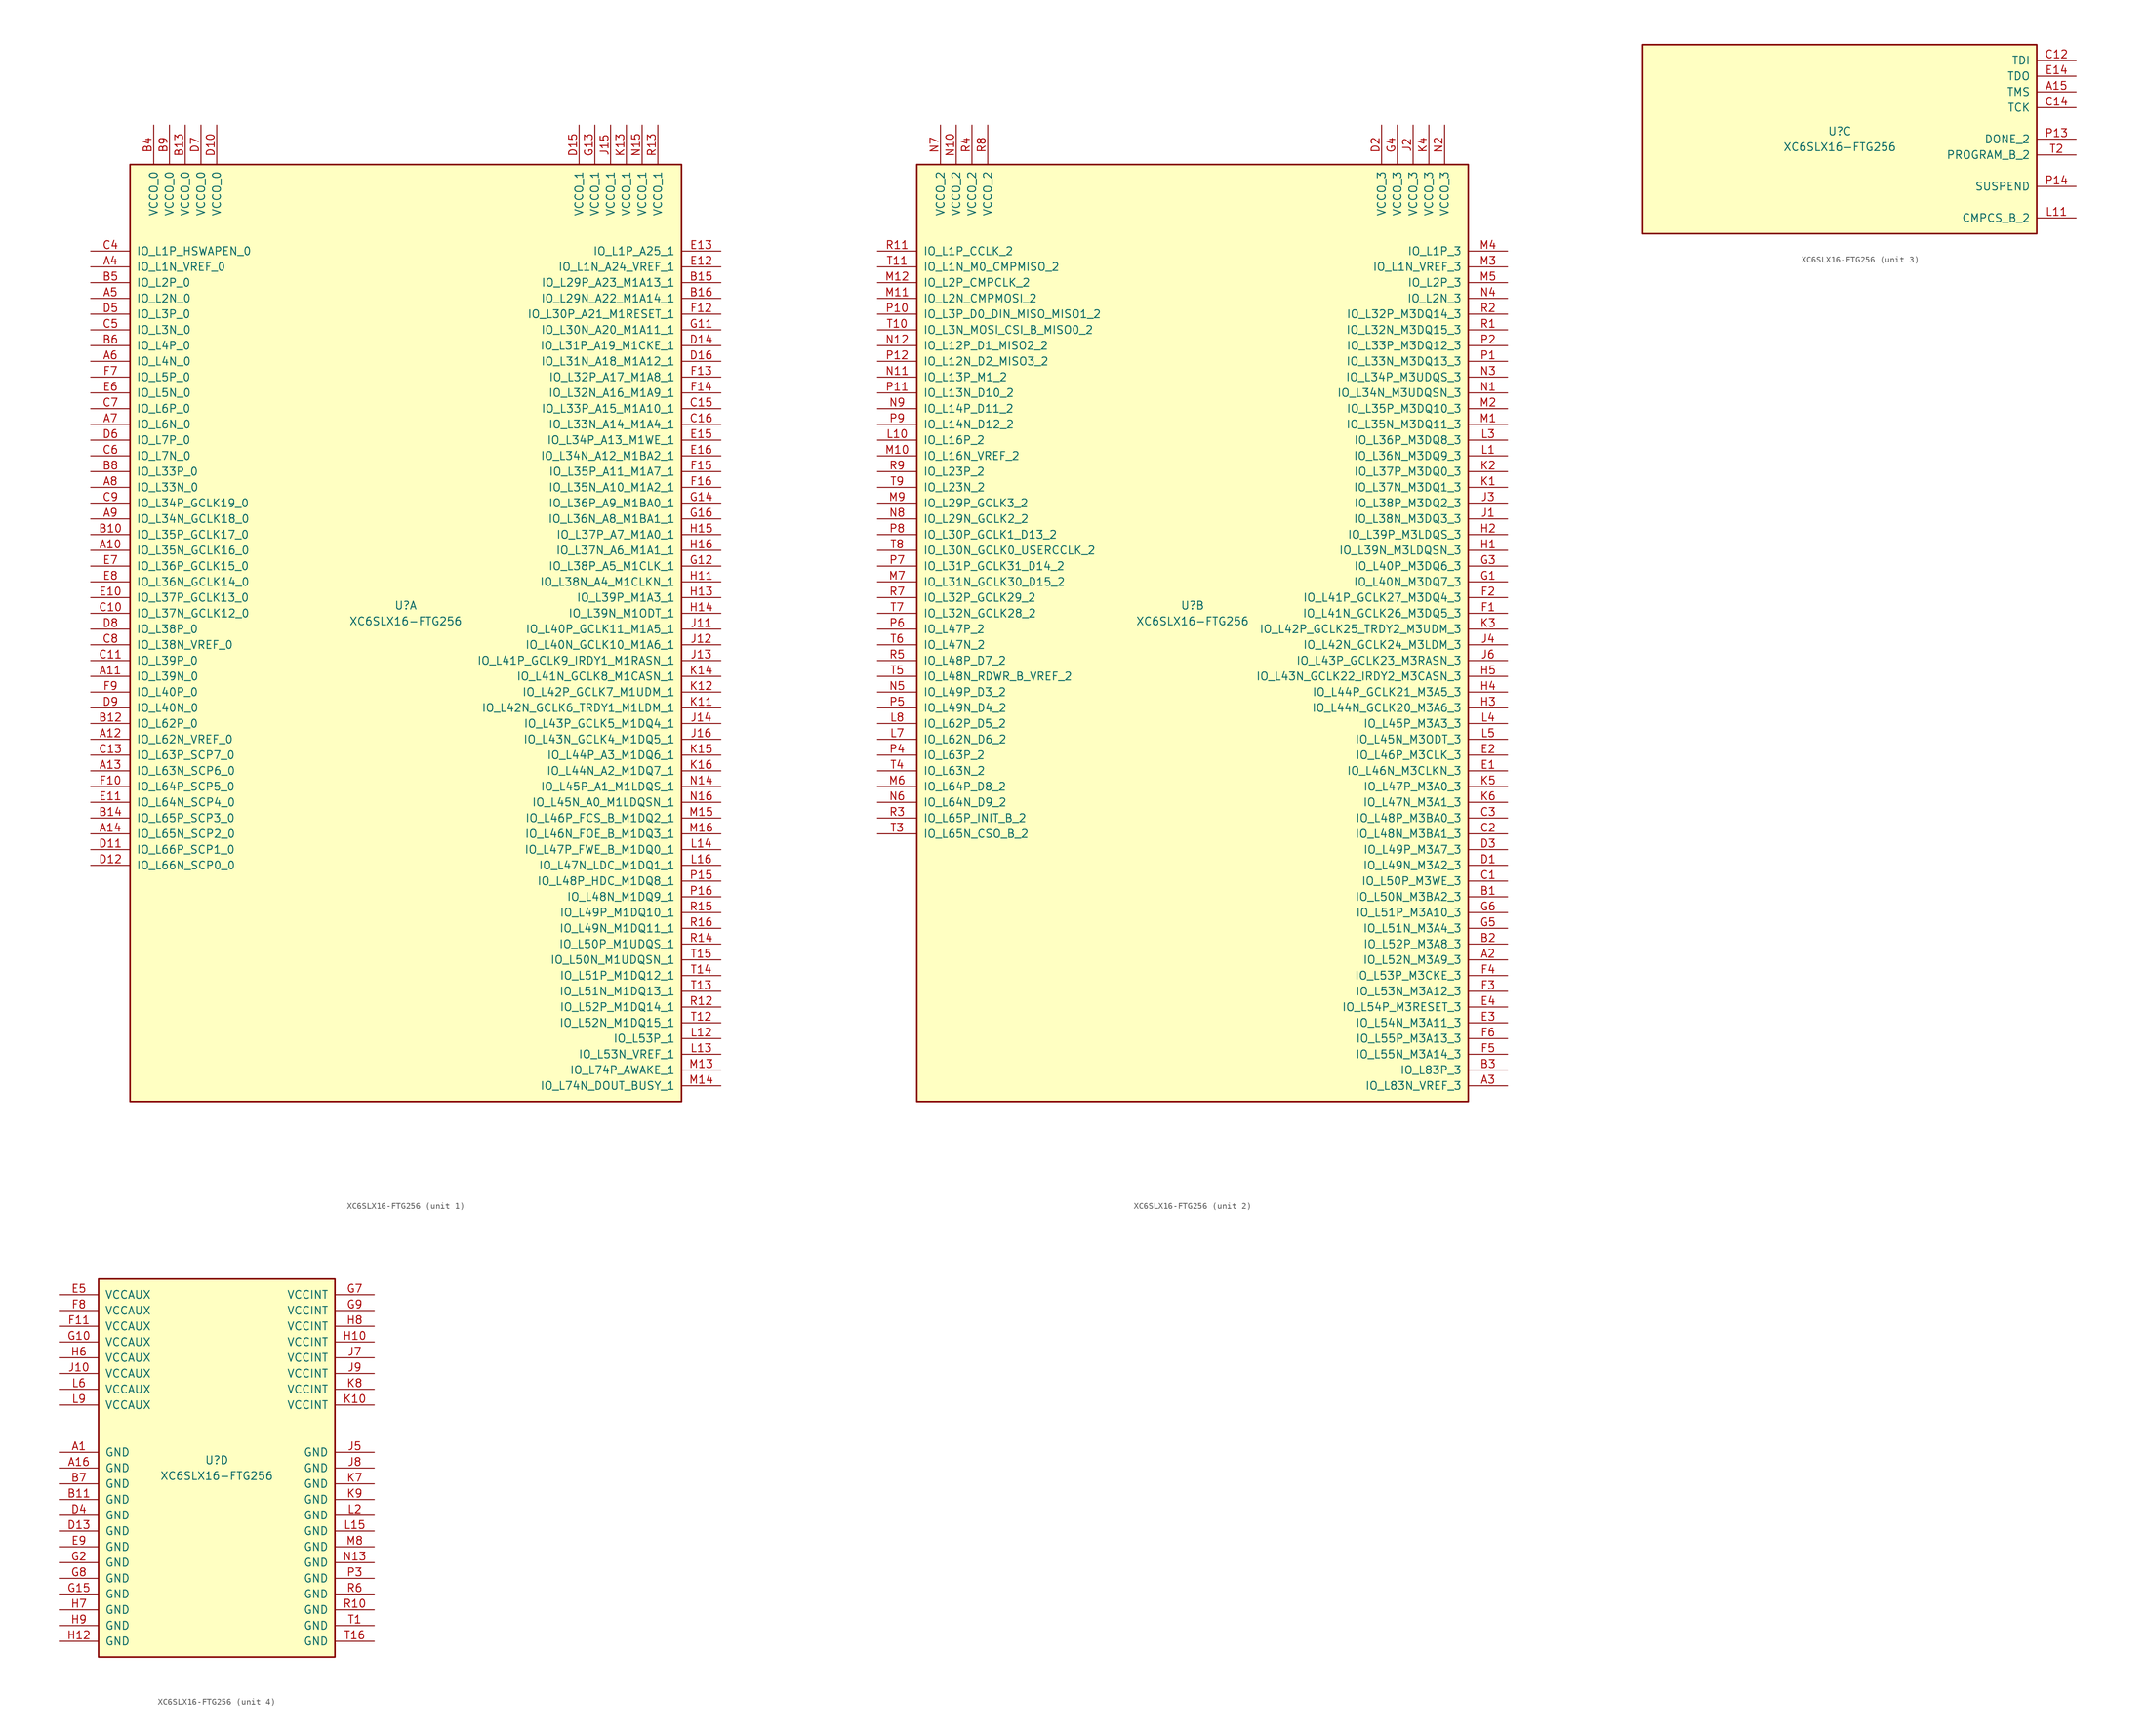
<source format=kicad_sym>
(kicad_symbol_lib
  (version 20201005)
  (generator kicad_symbol_editor)
  (symbol "FPGA_Xilinx_Spartan6:XC6SLX16-FTG256"
    (pin_names
      (offset 1.016))
    (property "Reference" "U"
      (at 0 1.27 0)
      (effects (font (size 1.27 1.27))))
    (property "Value" "XC6SLX16-FTG256"
      (at 0 -1.27 0)
      (effects (font (size 1.27 1.27))))
    (property "Datasheet" ""
      (at 0 0 0)
      (effects (font (size 1.27 1.27))))
    (property "ki_locked" ""
      (at 0 0 0)
      (effects (font (size 1.27 1.27))))
    (symbol "XC6SLX16-FTG256_1_1"
      (rectangle (start -44.45 72.39) (end 44.45 -78.74) (stroke (width 0.254)) (fill (type background)))
      (pin power_in line (at -40.64 78.74 270) (length 6.35) (name "VCCO_0" (effects (font (size 1.27 1.27)))) (number "B4" (effects (font (size 1.27 1.27)))))
      (pin power_in line (at -38.1 78.74 270) (length 6.35) (name "VCCO_0" (effects (font (size 1.27 1.27)))) (number "B9" (effects (font (size 1.27 1.27)))))
      (pin power_in line (at -35.56 78.74 270) (length 6.35) (name "VCCO_0" (effects (font (size 1.27 1.27)))) (number "B13" (effects (font (size 1.27 1.27)))))
      (pin power_in line (at -33.02 78.74 270) (length 6.35) (name "VCCO_0" (effects (font (size 1.27 1.27)))) (number "D7" (effects (font (size 1.27 1.27)))))
      (pin power_in line (at -30.48 78.74 270) (length 6.35) (name "VCCO_0" (effects (font (size 1.27 1.27)))) (number "D10" (effects (font (size 1.27 1.27)))))
      (pin bidirectional line (at -50.8 58.42 0) (length 6.35) (name "IO_L1P_HSWAPEN_0" (effects (font (size 1.27 1.27)))) (number "C4" (effects (font (size 1.27 1.27)))))
      (pin bidirectional line (at -50.8 55.88 0) (length 6.35) (name "IO_L1N_VREF_0" (effects (font (size 1.27 1.27)))) (number "A4" (effects (font (size 1.27 1.27)))))
      (pin bidirectional line (at -50.8 53.34 0) (length 6.35) (name "IO_L2P_0" (effects (font (size 1.27 1.27)))) (number "B5" (effects (font (size 1.27 1.27)))))
      (pin bidirectional line (at -50.8 50.8 0) (length 6.35) (name "IO_L2N_0" (effects (font (size 1.27 1.27)))) (number "A5" (effects (font (size 1.27 1.27)))))
      (pin bidirectional line (at -50.8 48.26 0) (length 6.35) (name "IO_L3P_0" (effects (font (size 1.27 1.27)))) (number "D5" (effects (font (size 1.27 1.27)))))
      (pin bidirectional line (at -50.8 45.72 0) (length 6.35) (name "IO_L3N_0" (effects (font (size 1.27 1.27)))) (number "C5" (effects (font (size 1.27 1.27)))))
      (pin bidirectional line (at -50.8 43.18 0) (length 6.35) (name "IO_L4P_0" (effects (font (size 1.27 1.27)))) (number "B6" (effects (font (size 1.27 1.27)))))
      (pin bidirectional line (at -50.8 40.64 0) (length 6.35) (name "IO_L4N_0" (effects (font (size 1.27 1.27)))) (number "A6" (effects (font (size 1.27 1.27)))))
      (pin bidirectional line (at -50.8 38.1 0) (length 6.35) (name "IO_L5P_0" (effects (font (size 1.27 1.27)))) (number "F7" (effects (font (size 1.27 1.27)))))
      (pin bidirectional line (at -50.8 35.56 0) (length 6.35) (name "IO_L5N_0" (effects (font (size 1.27 1.27)))) (number "E6" (effects (font (size 1.27 1.27)))))
      (pin bidirectional line (at -50.8 33.02 0) (length 6.35) (name "IO_L6P_0" (effects (font (size 1.27 1.27)))) (number "C7" (effects (font (size 1.27 1.27)))))
      (pin bidirectional line (at -50.8 30.48 0) (length 6.35) (name "IO_L6N_0" (effects (font (size 1.27 1.27)))) (number "A7" (effects (font (size 1.27 1.27)))))
      (pin bidirectional line (at -50.8 27.94 0) (length 6.35) (name "IO_L7P_0" (effects (font (size 1.27 1.27)))) (number "D6" (effects (font (size 1.27 1.27)))))
      (pin bidirectional line (at -50.8 25.4 0) (length 6.35) (name "IO_L7N_0" (effects (font (size 1.27 1.27)))) (number "C6" (effects (font (size 1.27 1.27)))))
      (pin bidirectional line (at -50.8 22.86 0) (length 6.35) (name "IO_L33P_0" (effects (font (size 1.27 1.27)))) (number "B8" (effects (font (size 1.27 1.27)))))
      (pin bidirectional line (at -50.8 20.32 0) (length 6.35) (name "IO_L33N_0" (effects (font (size 1.27 1.27)))) (number "A8" (effects (font (size 1.27 1.27)))))
      (pin bidirectional line (at -50.8 17.78 0) (length 6.35) (name "IO_L34P_GCLK19_0" (effects (font (size 1.27 1.27)))) (number "C9" (effects (font (size 1.27 1.27)))))
      (pin bidirectional line (at -50.8 15.24 0) (length 6.35) (name "IO_L34N_GCLK18_0" (effects (font (size 1.27 1.27)))) (number "A9" (effects (font (size 1.27 1.27)))))
      (pin bidirectional line (at -50.8 12.7 0) (length 6.35) (name "IO_L35P_GCLK17_0" (effects (font (size 1.27 1.27)))) (number "B10" (effects (font (size 1.27 1.27)))))
      (pin bidirectional line (at -50.8 10.16 0) (length 6.35) (name "IO_L35N_GCLK16_0" (effects (font (size 1.27 1.27)))) (number "A10" (effects (font (size 1.27 1.27)))))
      (pin bidirectional line (at -50.8 7.62 0) (length 6.35) (name "IO_L36P_GCLK15_0" (effects (font (size 1.27 1.27)))) (number "E7" (effects (font (size 1.27 1.27)))))
      (pin bidirectional line (at -50.8 5.08 0) (length 6.35) (name "IO_L36N_GCLK14_0" (effects (font (size 1.27 1.27)))) (number "E8" (effects (font (size 1.27 1.27)))))
      (pin bidirectional line (at -50.8 2.54 0) (length 6.35) (name "IO_L37P_GCLK13_0" (effects (font (size 1.27 1.27)))) (number "E10" (effects (font (size 1.27 1.27)))))
      (pin bidirectional line (at -50.8 0 0) (length 6.35) (name "IO_L37N_GCLK12_0" (effects (font (size 1.27 1.27)))) (number "C10" (effects (font (size 1.27 1.27)))))
      (pin bidirectional line (at -50.8 -2.54 0) (length 6.35) (name "IO_L38P_0" (effects (font (size 1.27 1.27)))) (number "D8" (effects (font (size 1.27 1.27)))))
      (pin bidirectional line (at -50.8 -5.08 0) (length 6.35) (name "IO_L38N_VREF_0" (effects (font (size 1.27 1.27)))) (number "C8" (effects (font (size 1.27 1.27)))))
      (pin bidirectional line (at -50.8 -7.62 0) (length 6.35) (name "IO_L39P_0" (effects (font (size 1.27 1.27)))) (number "C11" (effects (font (size 1.27 1.27)))))
      (pin bidirectional line (at -50.8 -10.16 0) (length 6.35) (name "IO_L39N_0" (effects (font (size 1.27 1.27)))) (number "A11" (effects (font (size 1.27 1.27)))))
      (pin bidirectional line (at -50.8 -12.7 0) (length 6.35) (name "IO_L40P_0" (effects (font (size 1.27 1.27)))) (number "F9" (effects (font (size 1.27 1.27)))))
      (pin bidirectional line (at -50.8 -15.24 0) (length 6.35) (name "IO_L40N_0" (effects (font (size 1.27 1.27)))) (number "D9" (effects (font (size 1.27 1.27)))))
      (pin bidirectional line (at -50.8 -17.78 0) (length 6.35) (name "IO_L62P_0" (effects (font (size 1.27 1.27)))) (number "B12" (effects (font (size 1.27 1.27)))))
      (pin bidirectional line (at -50.8 -20.32 0) (length 6.35) (name "IO_L62N_VREF_0" (effects (font (size 1.27 1.27)))) (number "A12" (effects (font (size 1.27 1.27)))))
      (pin bidirectional line (at -50.8 -22.86 0) (length 6.35) (name "IO_L63P_SCP7_0" (effects (font (size 1.27 1.27)))) (number "C13" (effects (font (size 1.27 1.27)))))
      (pin bidirectional line (at -50.8 -25.4 0) (length 6.35) (name "IO_L63N_SCP6_0" (effects (font (size 1.27 1.27)))) (number "A13" (effects (font (size 1.27 1.27)))))
      (pin bidirectional line (at -50.8 -27.94 0) (length 6.35) (name "IO_L64P_SCP5_0" (effects (font (size 1.27 1.27)))) (number "F10" (effects (font (size 1.27 1.27)))))
      (pin bidirectional line (at -50.8 -30.48 0) (length 6.35) (name "IO_L64N_SCP4_0" (effects (font (size 1.27 1.27)))) (number "E11" (effects (font (size 1.27 1.27)))))
      (pin bidirectional line (at -50.8 -33.02 0) (length 6.35) (name "IO_L65P_SCP3_0" (effects (font (size 1.27 1.27)))) (number "B14" (effects (font (size 1.27 1.27)))))
      (pin bidirectional line (at -50.8 -35.56 0) (length 6.35) (name "IO_L65N_SCP2_0" (effects (font (size 1.27 1.27)))) (number "A14" (effects (font (size 1.27 1.27)))))
      (pin bidirectional line (at -50.8 -38.1 0) (length 6.35) (name "IO_L66P_SCP1_0" (effects (font (size 1.27 1.27)))) (number "D11" (effects (font (size 1.27 1.27)))))
      (pin bidirectional line (at -50.8 -40.64 0) (length 6.35) (name "IO_L66N_SCP0_0" (effects (font (size 1.27 1.27)))) (number "D12" (effects (font (size 1.27 1.27)))))
      (pin power_in line (at 27.94 78.74 270) (length 6.35) (name "VCCO_1" (effects (font (size 1.27 1.27)))) (number "D15" (effects (font (size 1.27 1.27)))))
      (pin power_in line (at 30.48 78.74 270) (length 6.35) (name "VCCO_1" (effects (font (size 1.27 1.27)))) (number "G13" (effects (font (size 1.27 1.27)))))
      (pin power_in line (at 33.02 78.74 270) (length 6.35) (name "VCCO_1" (effects (font (size 1.27 1.27)))) (number "J15" (effects (font (size 1.27 1.27)))))
      (pin power_in line (at 35.56 78.74 270) (length 6.35) (name "VCCO_1" (effects (font (size 1.27 1.27)))) (number "K13" (effects (font (size 1.27 1.27)))))
      (pin power_in line (at 38.1 78.74 270) (length 6.35) (name "VCCO_1" (effects (font (size 1.27 1.27)))) (number "N15" (effects (font (size 1.27 1.27)))))
      (pin power_in line (at 40.64 78.74 270) (length 6.35) (name "VCCO_1" (effects (font (size 1.27 1.27)))) (number "R13" (effects (font (size 1.27 1.27)))))
      (pin bidirectional line (at 50.8 58.42 180) (length 6.35) (name "IO_L1P_A25_1" (effects (font (size 1.27 1.27)))) (number "E13" (effects (font (size 1.27 1.27)))))
      (pin bidirectional line (at 50.8 55.88 180) (length 6.35) (name "IO_L1N_A24_VREF_1" (effects (font (size 1.27 1.27)))) (number "E12" (effects (font (size 1.27 1.27)))))
      (pin bidirectional line (at 50.8 53.34 180) (length 6.35) (name "IO_L29P_A23_M1A13_1" (effects (font (size 1.27 1.27)))) (number "B15" (effects (font (size 1.27 1.27)))))
      (pin bidirectional line (at 50.8 50.8 180) (length 6.35) (name "IO_L29N_A22_M1A14_1" (effects (font (size 1.27 1.27)))) (number "B16" (effects (font (size 1.27 1.27)))))
      (pin bidirectional line (at 50.8 48.26 180) (length 6.35) (name "IO_L30P_A21_M1RESET_1" (effects (font (size 1.27 1.27)))) (number "F12" (effects (font (size 1.27 1.27)))))
      (pin bidirectional line (at 50.8 45.72 180) (length 6.35) (name "IO_L30N_A20_M1A11_1" (effects (font (size 1.27 1.27)))) (number "G11" (effects (font (size 1.27 1.27)))))
      (pin bidirectional line (at 50.8 43.18 180) (length 6.35) (name "IO_L31P_A19_M1CKE_1" (effects (font (size 1.27 1.27)))) (number "D14" (effects (font (size 1.27 1.27)))))
      (pin bidirectional line (at 50.8 40.64 180) (length 6.35) (name "IO_L31N_A18_M1A12_1" (effects (font (size 1.27 1.27)))) (number "D16" (effects (font (size 1.27 1.27)))))
      (pin bidirectional line (at 50.8 38.1 180) (length 6.35) (name "IO_L32P_A17_M1A8_1" (effects (font (size 1.27 1.27)))) (number "F13" (effects (font (size 1.27 1.27)))))
      (pin bidirectional line (at 50.8 35.56 180) (length 6.35) (name "IO_L32N_A16_M1A9_1" (effects (font (size 1.27 1.27)))) (number "F14" (effects (font (size 1.27 1.27)))))
      (pin bidirectional line (at 50.8 33.02 180) (length 6.35) (name "IO_L33P_A15_M1A10_1" (effects (font (size 1.27 1.27)))) (number "C15" (effects (font (size 1.27 1.27)))))
      (pin bidirectional line (at 50.8 30.48 180) (length 6.35) (name "IO_L33N_A14_M1A4_1" (effects (font (size 1.27 1.27)))) (number "C16" (effects (font (size 1.27 1.27)))))
      (pin bidirectional line (at 50.8 27.94 180) (length 6.35) (name "IO_L34P_A13_M1WE_1" (effects (font (size 1.27 1.27)))) (number "E15" (effects (font (size 1.27 1.27)))))
      (pin bidirectional line (at 50.8 25.4 180) (length 6.35) (name "IO_L34N_A12_M1BA2_1" (effects (font (size 1.27 1.27)))) (number "E16" (effects (font (size 1.27 1.27)))))
      (pin bidirectional line (at 50.8 22.86 180) (length 6.35) (name "IO_L35P_A11_M1A7_1" (effects (font (size 1.27 1.27)))) (number "F15" (effects (font (size 1.27 1.27)))))
      (pin bidirectional line (at 50.8 20.32 180) (length 6.35) (name "IO_L35N_A10_M1A2_1" (effects (font (size 1.27 1.27)))) (number "F16" (effects (font (size 1.27 1.27)))))
      (pin bidirectional line (at 50.8 17.78 180) (length 6.35) (name "IO_L36P_A9_M1BA0_1" (effects (font (size 1.27 1.27)))) (number "G14" (effects (font (size 1.27 1.27)))))
      (pin bidirectional line (at 50.8 15.24 180) (length 6.35) (name "IO_L36N_A8_M1BA1_1" (effects (font (size 1.27 1.27)))) (number "G16" (effects (font (size 1.27 1.27)))))
      (pin bidirectional line (at 50.8 12.7 180) (length 6.35) (name "IO_L37P_A7_M1A0_1" (effects (font (size 1.27 1.27)))) (number "H15" (effects (font (size 1.27 1.27)))))
      (pin bidirectional line (at 50.8 10.16 180) (length 6.35) (name "IO_L37N_A6_M1A1_1" (effects (font (size 1.27 1.27)))) (number "H16" (effects (font (size 1.27 1.27)))))
      (pin bidirectional line (at 50.8 7.62 180) (length 6.35) (name "IO_L38P_A5_M1CLK_1" (effects (font (size 1.27 1.27)))) (number "G12" (effects (font (size 1.27 1.27)))))
      (pin bidirectional line (at 50.8 5.08 180) (length 6.35) (name "IO_L38N_A4_M1CLKN_1" (effects (font (size 1.27 1.27)))) (number "H11" (effects (font (size 1.27 1.27)))))
      (pin bidirectional line (at 50.8 2.54 180) (length 6.35) (name "IO_L39P_M1A3_1" (effects (font (size 1.27 1.27)))) (number "H13" (effects (font (size 1.27 1.27)))))
      (pin bidirectional line (at 50.8 0 180) (length 6.35) (name "IO_L39N_M1ODT_1" (effects (font (size 1.27 1.27)))) (number "H14" (effects (font (size 1.27 1.27)))))
      (pin bidirectional line (at 50.8 -2.54 180) (length 6.35) (name "IO_L40P_GCLK11_M1A5_1" (effects (font (size 1.27 1.27)))) (number "J11" (effects (font (size 1.27 1.27)))))
      (pin bidirectional line (at 50.8 -5.08 180) (length 6.35) (name "IO_L40N_GCLK10_M1A6_1" (effects (font (size 1.27 1.27)))) (number "J12" (effects (font (size 1.27 1.27)))))
      (pin bidirectional line (at 50.8 -7.62 180) (length 6.35) (name "IO_L41P_GCLK9_IRDY1_M1RASN_1" (effects (font (size 1.27 1.27)))) (number "J13" (effects (font (size 1.27 1.27)))))
      (pin bidirectional line (at 50.8 -10.16 180) (length 6.35) (name "IO_L41N_GCLK8_M1CASN_1" (effects (font (size 1.27 1.27)))) (number "K14" (effects (font (size 1.27 1.27)))))
      (pin bidirectional line (at 50.8 -12.7 180) (length 6.35) (name "IO_L42P_GCLK7_M1UDM_1" (effects (font (size 1.27 1.27)))) (number "K12" (effects (font (size 1.27 1.27)))))
      (pin bidirectional line (at 50.8 -15.24 180) (length 6.35) (name "IO_L42N_GCLK6_TRDY1_M1LDM_1" (effects (font (size 1.27 1.27)))) (number "K11" (effects (font (size 1.27 1.27)))))
      (pin bidirectional line (at 50.8 -17.78 180) (length 6.35) (name "IO_L43P_GCLK5_M1DQ4_1" (effects (font (size 1.27 1.27)))) (number "J14" (effects (font (size 1.27 1.27)))))
      (pin bidirectional line (at 50.8 -20.32 180) (length 6.35) (name "IO_L43N_GCLK4_M1DQ5_1" (effects (font (size 1.27 1.27)))) (number "J16" (effects (font (size 1.27 1.27)))))
      (pin bidirectional line (at 50.8 -22.86 180) (length 6.35) (name "IO_L44P_A3_M1DQ6_1" (effects (font (size 1.27 1.27)))) (number "K15" (effects (font (size 1.27 1.27)))))
      (pin bidirectional line (at 50.8 -25.4 180) (length 6.35) (name "IO_L44N_A2_M1DQ7_1" (effects (font (size 1.27 1.27)))) (number "K16" (effects (font (size 1.27 1.27)))))
      (pin bidirectional line (at 50.8 -27.94 180) (length 6.35) (name "IO_L45P_A1_M1LDQS_1" (effects (font (size 1.27 1.27)))) (number "N14" (effects (font (size 1.27 1.27)))))
      (pin bidirectional line (at 50.8 -30.48 180) (length 6.35) (name "IO_L45N_A0_M1LDQSN_1" (effects (font (size 1.27 1.27)))) (number "N16" (effects (font (size 1.27 1.27)))))
      (pin bidirectional line (at 50.8 -33.02 180) (length 6.35) (name "IO_L46P_FCS_B_M1DQ2_1" (effects (font (size 1.27 1.27)))) (number "M15" (effects (font (size 1.27 1.27)))))
      (pin bidirectional line (at 50.8 -35.56 180) (length 6.35) (name "IO_L46N_FOE_B_M1DQ3_1" (effects (font (size 1.27 1.27)))) (number "M16" (effects (font (size 1.27 1.27)))))
      (pin bidirectional line (at 50.8 -38.1 180) (length 6.35) (name "IO_L47P_FWE_B_M1DQ0_1" (effects (font (size 1.27 1.27)))) (number "L14" (effects (font (size 1.27 1.27)))))
      (pin bidirectional line (at 50.8 -40.64 180) (length 6.35) (name "IO_L47N_LDC_M1DQ1_1" (effects (font (size 1.27 1.27)))) (number "L16" (effects (font (size 1.27 1.27)))))
      (pin bidirectional line (at 50.8 -43.18 180) (length 6.35) (name "IO_L48P_HDC_M1DQ8_1" (effects (font (size 1.27 1.27)))) (number "P15" (effects (font (size 1.27 1.27)))))
      (pin bidirectional line (at 50.8 -45.72 180) (length 6.35) (name "IO_L48N_M1DQ9_1" (effects (font (size 1.27 1.27)))) (number "P16" (effects (font (size 1.27 1.27)))))
      (pin bidirectional line (at 50.8 -48.26 180) (length 6.35) (name "IO_L49P_M1DQ10_1" (effects (font (size 1.27 1.27)))) (number "R15" (effects (font (size 1.27 1.27)))))
      (pin bidirectional line (at 50.8 -50.8 180) (length 6.35) (name "IO_L49N_M1DQ11_1" (effects (font (size 1.27 1.27)))) (number "R16" (effects (font (size 1.27 1.27)))))
      (pin bidirectional line (at 50.8 -53.34 180) (length 6.35) (name "IO_L50P_M1UDQS_1" (effects (font (size 1.27 1.27)))) (number "R14" (effects (font (size 1.27 1.27)))))
      (pin bidirectional line (at 50.8 -55.88 180) (length 6.35) (name "IO_L50N_M1UDQSN_1" (effects (font (size 1.27 1.27)))) (number "T15" (effects (font (size 1.27 1.27)))))
      (pin bidirectional line (at 50.8 -58.42 180) (length 6.35) (name "IO_L51P_M1DQ12_1" (effects (font (size 1.27 1.27)))) (number "T14" (effects (font (size 1.27 1.27)))))
      (pin bidirectional line (at 50.8 -60.96 180) (length 6.35) (name "IO_L51N_M1DQ13_1" (effects (font (size 1.27 1.27)))) (number "T13" (effects (font (size 1.27 1.27)))))
      (pin bidirectional line (at 50.8 -63.5 180) (length 6.35) (name "IO_L52P_M1DQ14_1" (effects (font (size 1.27 1.27)))) (number "R12" (effects (font (size 1.27 1.27)))))
      (pin bidirectional line (at 50.8 -66.04 180) (length 6.35) (name "IO_L52N_M1DQ15_1" (effects (font (size 1.27 1.27)))) (number "T12" (effects (font (size 1.27 1.27)))))
      (pin bidirectional line (at 50.8 -68.58 180) (length 6.35) (name "IO_L53P_1" (effects (font (size 1.27 1.27)))) (number "L12" (effects (font (size 1.27 1.27)))))
      (pin bidirectional line (at 50.8 -71.12 180) (length 6.35) (name "IO_L53N_VREF_1" (effects (font (size 1.27 1.27)))) (number "L13" (effects (font (size 1.27 1.27)))))
      (pin bidirectional line (at 50.8 -73.66 180) (length 6.35) (name "IO_L74P_AWAKE_1" (effects (font (size 1.27 1.27)))) (number "M13" (effects (font (size 1.27 1.27)))))
      (pin bidirectional line (at 50.8 -76.2 180) (length 6.35) (name "IO_L74N_DOUT_BUSY_1" (effects (font (size 1.27 1.27)))) (number "M14" (effects (font (size 1.27 1.27))))))
    (symbol "XC6SLX16-FTG256_2_1"
      (rectangle (start -44.45 72.39) (end 44.45 -78.74) (stroke (width 0.254)) (fill (type background)))
      (pin power_in line (at -40.64 78.74 270) (length 6.35) (name "VCCO_2" (effects (font (size 1.27 1.27)))) (number "N7" (effects (font (size 1.27 1.27)))))
      (pin power_in line (at -38.1 78.74 270) (length 6.35) (name "VCCO_2" (effects (font (size 1.27 1.27)))) (number "N10" (effects (font (size 1.27 1.27)))))
      (pin power_in line (at -35.56 78.74 270) (length 6.35) (name "VCCO_2" (effects (font (size 1.27 1.27)))) (number "R4" (effects (font (size 1.27 1.27)))))
      (pin power_in line (at -33.02 78.74 270) (length 6.35) (name "VCCO_2" (effects (font (size 1.27 1.27)))) (number "R8" (effects (font (size 1.27 1.27)))))
      (pin bidirectional line (at -50.8 58.42 0) (length 6.35) (name "IO_L1P_CCLK_2" (effects (font (size 1.27 1.27)))) (number "R11" (effects (font (size 1.27 1.27)))))
      (pin bidirectional line (at -50.8 55.88 0) (length 6.35) (name "IO_L1N_M0_CMPMISO_2" (effects (font (size 1.27 1.27)))) (number "T11" (effects (font (size 1.27 1.27)))))
      (pin bidirectional line (at -50.8 53.34 0) (length 6.35) (name "IO_L2P_CMPCLK_2" (effects (font (size 1.27 1.27)))) (number "M12" (effects (font (size 1.27 1.27)))))
      (pin bidirectional line (at -50.8 50.8 0) (length 6.35) (name "IO_L2N_CMPMOSI_2" (effects (font (size 1.27 1.27)))) (number "M11" (effects (font (size 1.27 1.27)))))
      (pin bidirectional line (at -50.8 48.26 0) (length 6.35) (name "IO_L3P_D0_DIN_MISO_MISO1_2" (effects (font (size 1.27 1.27)))) (number "P10" (effects (font (size 1.27 1.27)))))
      (pin bidirectional line (at -50.8 45.72 0) (length 6.35) (name "IO_L3N_MOSI_CSI_B_MISO0_2" (effects (font (size 1.27 1.27)))) (number "T10" (effects (font (size 1.27 1.27)))))
      (pin bidirectional line (at -50.8 43.18 0) (length 6.35) (name "IO_L12P_D1_MISO2_2" (effects (font (size 1.27 1.27)))) (number "N12" (effects (font (size 1.27 1.27)))))
      (pin bidirectional line (at -50.8 40.64 0) (length 6.35) (name "IO_L12N_D2_MISO3_2" (effects (font (size 1.27 1.27)))) (number "P12" (effects (font (size 1.27 1.27)))))
      (pin bidirectional line (at -50.8 38.1 0) (length 6.35) (name "IO_L13P_M1_2" (effects (font (size 1.27 1.27)))) (number "N11" (effects (font (size 1.27 1.27)))))
      (pin bidirectional line (at -50.8 35.56 0) (length 6.35) (name "IO_L13N_D10_2" (effects (font (size 1.27 1.27)))) (number "P11" (effects (font (size 1.27 1.27)))))
      (pin bidirectional line (at -50.8 33.02 0) (length 6.35) (name "IO_L14P_D11_2" (effects (font (size 1.27 1.27)))) (number "N9" (effects (font (size 1.27 1.27)))))
      (pin bidirectional line (at -50.8 30.48 0) (length 6.35) (name "IO_L14N_D12_2" (effects (font (size 1.27 1.27)))) (number "P9" (effects (font (size 1.27 1.27)))))
      (pin bidirectional line (at -50.8 27.94 0) (length 6.35) (name "IO_L16P_2" (effects (font (size 1.27 1.27)))) (number "L10" (effects (font (size 1.27 1.27)))))
      (pin bidirectional line (at -50.8 25.4 0) (length 6.35) (name "IO_L16N_VREF_2" (effects (font (size 1.27 1.27)))) (number "M10" (effects (font (size 1.27 1.27)))))
      (pin bidirectional line (at -50.8 22.86 0) (length 6.35) (name "IO_L23P_2" (effects (font (size 1.27 1.27)))) (number "R9" (effects (font (size 1.27 1.27)))))
      (pin bidirectional line (at -50.8 20.32 0) (length 6.35) (name "IO_L23N_2" (effects (font (size 1.27 1.27)))) (number "T9" (effects (font (size 1.27 1.27)))))
      (pin bidirectional line (at -50.8 17.78 0) (length 6.35) (name "IO_L29P_GCLK3_2" (effects (font (size 1.27 1.27)))) (number "M9" (effects (font (size 1.27 1.27)))))
      (pin bidirectional line (at -50.8 15.24 0) (length 6.35) (name "IO_L29N_GCLK2_2" (effects (font (size 1.27 1.27)))) (number "N8" (effects (font (size 1.27 1.27)))))
      (pin bidirectional line (at -50.8 12.7 0) (length 6.35) (name "IO_L30P_GCLK1_D13_2" (effects (font (size 1.27 1.27)))) (number "P8" (effects (font (size 1.27 1.27)))))
      (pin bidirectional line (at -50.8 10.16 0) (length 6.35) (name "IO_L30N_GCLK0_USERCCLK_2" (effects (font (size 1.27 1.27)))) (number "T8" (effects (font (size 1.27 1.27)))))
      (pin bidirectional line (at -50.8 7.62 0) (length 6.35) (name "IO_L31P_GCLK31_D14_2" (effects (font (size 1.27 1.27)))) (number "P7" (effects (font (size 1.27 1.27)))))
      (pin bidirectional line (at -50.8 5.08 0) (length 6.35) (name "IO_L31N_GCLK30_D15_2" (effects (font (size 1.27 1.27)))) (number "M7" (effects (font (size 1.27 1.27)))))
      (pin bidirectional line (at -50.8 2.54 0) (length 6.35) (name "IO_L32P_GCLK29_2" (effects (font (size 1.27 1.27)))) (number "R7" (effects (font (size 1.27 1.27)))))
      (pin bidirectional line (at -50.8 0 0) (length 6.35) (name "IO_L32N_GCLK28_2" (effects (font (size 1.27 1.27)))) (number "T7" (effects (font (size 1.27 1.27)))))
      (pin bidirectional line (at -50.8 -2.54 0) (length 6.35) (name "IO_L47P_2" (effects (font (size 1.27 1.27)))) (number "P6" (effects (font (size 1.27 1.27)))))
      (pin bidirectional line (at -50.8 -5.08 0) (length 6.35) (name "IO_L47N_2" (effects (font (size 1.27 1.27)))) (number "T6" (effects (font (size 1.27 1.27)))))
      (pin bidirectional line (at -50.8 -7.62 0) (length 6.35) (name "IO_L48P_D7_2" (effects (font (size 1.27 1.27)))) (number "R5" (effects (font (size 1.27 1.27)))))
      (pin bidirectional line (at -50.8 -10.16 0) (length 6.35) (name "IO_L48N_RDWR_B_VREF_2" (effects (font (size 1.27 1.27)))) (number "T5" (effects (font (size 1.27 1.27)))))
      (pin bidirectional line (at -50.8 -12.7 0) (length 6.35) (name "IO_L49P_D3_2" (effects (font (size 1.27 1.27)))) (number "N5" (effects (font (size 1.27 1.27)))))
      (pin bidirectional line (at -50.8 -15.24 0) (length 6.35) (name "IO_L49N_D4_2" (effects (font (size 1.27 1.27)))) (number "P5" (effects (font (size 1.27 1.27)))))
      (pin bidirectional line (at -50.8 -17.78 0) (length 6.35) (name "IO_L62P_D5_2" (effects (font (size 1.27 1.27)))) (number "L8" (effects (font (size 1.27 1.27)))))
      (pin bidirectional line (at -50.8 -20.32 0) (length 6.35) (name "IO_L62N_D6_2" (effects (font (size 1.27 1.27)))) (number "L7" (effects (font (size 1.27 1.27)))))
      (pin bidirectional line (at -50.8 -22.86 0) (length 6.35) (name "IO_L63P_2" (effects (font (size 1.27 1.27)))) (number "P4" (effects (font (size 1.27 1.27)))))
      (pin bidirectional line (at -50.8 -25.4 0) (length 6.35) (name "IO_L63N_2" (effects (font (size 1.27 1.27)))) (number "T4" (effects (font (size 1.27 1.27)))))
      (pin bidirectional line (at -50.8 -27.94 0) (length 6.35) (name "IO_L64P_D8_2" (effects (font (size 1.27 1.27)))) (number "M6" (effects (font (size 1.27 1.27)))))
      (pin bidirectional line (at -50.8 -30.48 0) (length 6.35) (name "IO_L64N_D9_2" (effects (font (size 1.27 1.27)))) (number "N6" (effects (font (size 1.27 1.27)))))
      (pin bidirectional line (at -50.8 -33.02 0) (length 6.35) (name "IO_L65P_INIT_B_2" (effects (font (size 1.27 1.27)))) (number "R3" (effects (font (size 1.27 1.27)))))
      (pin bidirectional line (at -50.8 -35.56 0) (length 6.35) (name "IO_L65N_CSO_B_2" (effects (font (size 1.27 1.27)))) (number "T3" (effects (font (size 1.27 1.27)))))
      (pin power_in line (at 30.48 78.74 270) (length 6.35) (name "VCCO_3" (effects (font (size 1.27 1.27)))) (number "D2" (effects (font (size 1.27 1.27)))))
      (pin power_in line (at 33.02 78.74 270) (length 6.35) (name "VCCO_3" (effects (font (size 1.27 1.27)))) (number "G4" (effects (font (size 1.27 1.27)))))
      (pin power_in line (at 35.56 78.74 270) (length 6.35) (name "VCCO_3" (effects (font (size 1.27 1.27)))) (number "J2" (effects (font (size 1.27 1.27)))))
      (pin power_in line (at 38.1 78.74 270) (length 6.35) (name "VCCO_3" (effects (font (size 1.27 1.27)))) (number "K4" (effects (font (size 1.27 1.27)))))
      (pin power_in line (at 40.64 78.74 270) (length 6.35) (name "VCCO_3" (effects (font (size 1.27 1.27)))) (number "N2" (effects (font (size 1.27 1.27)))))
      (pin bidirectional line (at 50.8 58.42 180) (length 6.35) (name "IO_L1P_3" (effects (font (size 1.27 1.27)))) (number "M4" (effects (font (size 1.27 1.27)))))
      (pin bidirectional line (at 50.8 55.88 180) (length 6.35) (name "IO_L1N_VREF_3" (effects (font (size 1.27 1.27)))) (number "M3" (effects (font (size 1.27 1.27)))))
      (pin bidirectional line (at 50.8 53.34 180) (length 6.35) (name "IO_L2P_3" (effects (font (size 1.27 1.27)))) (number "M5" (effects (font (size 1.27 1.27)))))
      (pin bidirectional line (at 50.8 50.8 180) (length 6.35) (name "IO_L2N_3" (effects (font (size 1.27 1.27)))) (number "N4" (effects (font (size 1.27 1.27)))))
      (pin bidirectional line (at 50.8 48.26 180) (length 6.35) (name "IO_L32P_M3DQ14_3" (effects (font (size 1.27 1.27)))) (number "R2" (effects (font (size 1.27 1.27)))))
      (pin bidirectional line (at 50.8 45.72 180) (length 6.35) (name "IO_L32N_M3DQ15_3" (effects (font (size 1.27 1.27)))) (number "R1" (effects (font (size 1.27 1.27)))))
      (pin bidirectional line (at 50.8 43.18 180) (length 6.35) (name "IO_L33P_M3DQ12_3" (effects (font (size 1.27 1.27)))) (number "P2" (effects (font (size 1.27 1.27)))))
      (pin bidirectional line (at 50.8 40.64 180) (length 6.35) (name "IO_L33N_M3DQ13_3" (effects (font (size 1.27 1.27)))) (number "P1" (effects (font (size 1.27 1.27)))))
      (pin bidirectional line (at 50.8 38.1 180) (length 6.35) (name "IO_L34P_M3UDQS_3" (effects (font (size 1.27 1.27)))) (number "N3" (effects (font (size 1.27 1.27)))))
      (pin bidirectional line (at 50.8 35.56 180) (length 6.35) (name "IO_L34N_M3UDQSN_3" (effects (font (size 1.27 1.27)))) (number "N1" (effects (font (size 1.27 1.27)))))
      (pin bidirectional line (at 50.8 33.02 180) (length 6.35) (name "IO_L35P_M3DQ10_3" (effects (font (size 1.27 1.27)))) (number "M2" (effects (font (size 1.27 1.27)))))
      (pin bidirectional line (at 50.8 30.48 180) (length 6.35) (name "IO_L35N_M3DQ11_3" (effects (font (size 1.27 1.27)))) (number "M1" (effects (font (size 1.27 1.27)))))
      (pin bidirectional line (at 50.8 27.94 180) (length 6.35) (name "IO_L36P_M3DQ8_3" (effects (font (size 1.27 1.27)))) (number "L3" (effects (font (size 1.27 1.27)))))
      (pin bidirectional line (at 50.8 25.4 180) (length 6.35) (name "IO_L36N_M3DQ9_3" (effects (font (size 1.27 1.27)))) (number "L1" (effects (font (size 1.27 1.27)))))
      (pin bidirectional line (at 50.8 22.86 180) (length 6.35) (name "IO_L37P_M3DQ0_3" (effects (font (size 1.27 1.27)))) (number "K2" (effects (font (size 1.27 1.27)))))
      (pin bidirectional line (at 50.8 20.32 180) (length 6.35) (name "IO_L37N_M3DQ1_3" (effects (font (size 1.27 1.27)))) (number "K1" (effects (font (size 1.27 1.27)))))
      (pin bidirectional line (at 50.8 17.78 180) (length 6.35) (name "IO_L38P_M3DQ2_3" (effects (font (size 1.27 1.27)))) (number "J3" (effects (font (size 1.27 1.27)))))
      (pin bidirectional line (at 50.8 15.24 180) (length 6.35) (name "IO_L38N_M3DQ3_3" (effects (font (size 1.27 1.27)))) (number "J1" (effects (font (size 1.27 1.27)))))
      (pin bidirectional line (at 50.8 12.7 180) (length 6.35) (name "IO_L39P_M3LDQS_3" (effects (font (size 1.27 1.27)))) (number "H2" (effects (font (size 1.27 1.27)))))
      (pin bidirectional line (at 50.8 10.16 180) (length 6.35) (name "IO_L39N_M3LDQSN_3" (effects (font (size 1.27 1.27)))) (number "H1" (effects (font (size 1.27 1.27)))))
      (pin bidirectional line (at 50.8 7.62 180) (length 6.35) (name "IO_L40P_M3DQ6_3" (effects (font (size 1.27 1.27)))) (number "G3" (effects (font (size 1.27 1.27)))))
      (pin bidirectional line (at 50.8 5.08 180) (length 6.35) (name "IO_L40N_M3DQ7_3" (effects (font (size 1.27 1.27)))) (number "G1" (effects (font (size 1.27 1.27)))))
      (pin bidirectional line (at 50.8 2.54 180) (length 6.35) (name "IO_L41P_GCLK27_M3DQ4_3" (effects (font (size 1.27 1.27)))) (number "F2" (effects (font (size 1.27 1.27)))))
      (pin bidirectional line (at 50.8 0 180) (length 6.35) (name "IO_L41N_GCLK26_M3DQ5_3" (effects (font (size 1.27 1.27)))) (number "F1" (effects (font (size 1.27 1.27)))))
      (pin bidirectional line (at 50.8 -2.54 180) (length 6.35) (name "IO_L42P_GCLK25_TRDY2_M3UDM_3" (effects (font (size 1.27 1.27)))) (number "K3" (effects (font (size 1.27 1.27)))))
      (pin bidirectional line (at 50.8 -5.08 180) (length 6.35) (name "IO_L42N_GCLK24_M3LDM_3" (effects (font (size 1.27 1.27)))) (number "J4" (effects (font (size 1.27 1.27)))))
      (pin bidirectional line (at 50.8 -7.62 180) (length 6.35) (name "IO_L43P_GCLK23_M3RASN_3" (effects (font (size 1.27 1.27)))) (number "J6" (effects (font (size 1.27 1.27)))))
      (pin bidirectional line (at 50.8 -10.16 180) (length 6.35) (name "IO_L43N_GCLK22_IRDY2_M3CASN_3" (effects (font (size 1.27 1.27)))) (number "H5" (effects (font (size 1.27 1.27)))))
      (pin bidirectional line (at 50.8 -12.7 180) (length 6.35) (name "IO_L44P_GCLK21_M3A5_3" (effects (font (size 1.27 1.27)))) (number "H4" (effects (font (size 1.27 1.27)))))
      (pin bidirectional line (at 50.8 -15.24 180) (length 6.35) (name "IO_L44N_GCLK20_M3A6_3" (effects (font (size 1.27 1.27)))) (number "H3" (effects (font (size 1.27 1.27)))))
      (pin bidirectional line (at 50.8 -17.78 180) (length 6.35) (name "IO_L45P_M3A3_3" (effects (font (size 1.27 1.27)))) (number "L4" (effects (font (size 1.27 1.27)))))
      (pin bidirectional line (at 50.8 -20.32 180) (length 6.35) (name "IO_L45N_M3ODT_3" (effects (font (size 1.27 1.27)))) (number "L5" (effects (font (size 1.27 1.27)))))
      (pin bidirectional line (at 50.8 -22.86 180) (length 6.35) (name "IO_L46P_M3CLK_3" (effects (font (size 1.27 1.27)))) (number "E2" (effects (font (size 1.27 1.27)))))
      (pin bidirectional line (at 50.8 -25.4 180) (length 6.35) (name "IO_L46N_M3CLKN_3" (effects (font (size 1.27 1.27)))) (number "E1" (effects (font (size 1.27 1.27)))))
      (pin bidirectional line (at 50.8 -27.94 180) (length 6.35) (name "IO_L47P_M3A0_3" (effects (font (size 1.27 1.27)))) (number "K5" (effects (font (size 1.27 1.27)))))
      (pin bidirectional line (at 50.8 -30.48 180) (length 6.35) (name "IO_L47N_M3A1_3" (effects (font (size 1.27 1.27)))) (number "K6" (effects (font (size 1.27 1.27)))))
      (pin bidirectional line (at 50.8 -33.02 180) (length 6.35) (name "IO_L48P_M3BA0_3" (effects (font (size 1.27 1.27)))) (number "C3" (effects (font (size 1.27 1.27)))))
      (pin bidirectional line (at 50.8 -35.56 180) (length 6.35) (name "IO_L48N_M3BA1_3" (effects (font (size 1.27 1.27)))) (number "C2" (effects (font (size 1.27 1.27)))))
      (pin bidirectional line (at 50.8 -38.1 180) (length 6.35) (name "IO_L49P_M3A7_3" (effects (font (size 1.27 1.27)))) (number "D3" (effects (font (size 1.27 1.27)))))
      (pin bidirectional line (at 50.8 -40.64 180) (length 6.35) (name "IO_L49N_M3A2_3" (effects (font (size 1.27 1.27)))) (number "D1" (effects (font (size 1.27 1.27)))))
      (pin bidirectional line (at 50.8 -43.18 180) (length 6.35) (name "IO_L50P_M3WE_3" (effects (font (size 1.27 1.27)))) (number "C1" (effects (font (size 1.27 1.27)))))
      (pin bidirectional line (at 50.8 -45.72 180) (length 6.35) (name "IO_L50N_M3BA2_3" (effects (font (size 1.27 1.27)))) (number "B1" (effects (font (size 1.27 1.27)))))
      (pin bidirectional line (at 50.8 -48.26 180) (length 6.35) (name "IO_L51P_M3A10_3" (effects (font (size 1.27 1.27)))) (number "G6" (effects (font (size 1.27 1.27)))))
      (pin bidirectional line (at 50.8 -50.8 180) (length 6.35) (name "IO_L51N_M3A4_3" (effects (font (size 1.27 1.27)))) (number "G5" (effects (font (size 1.27 1.27)))))
      (pin bidirectional line (at 50.8 -53.34 180) (length 6.35) (name "IO_L52P_M3A8_3" (effects (font (size 1.27 1.27)))) (number "B2" (effects (font (size 1.27 1.27)))))
      (pin bidirectional line (at 50.8 -55.88 180) (length 6.35) (name "IO_L52N_M3A9_3" (effects (font (size 1.27 1.27)))) (number "A2" (effects (font (size 1.27 1.27)))))
      (pin bidirectional line (at 50.8 -58.42 180) (length 6.35) (name "IO_L53P_M3CKE_3" (effects (font (size 1.27 1.27)))) (number "F4" (effects (font (size 1.27 1.27)))))
      (pin bidirectional line (at 50.8 -60.96 180) (length 6.35) (name "IO_L53N_M3A12_3" (effects (font (size 1.27 1.27)))) (number "F3" (effects (font (size 1.27 1.27)))))
      (pin bidirectional line (at 50.8 -63.5 180) (length 6.35) (name "IO_L54P_M3RESET_3" (effects (font (size 1.27 1.27)))) (number "E4" (effects (font (size 1.27 1.27)))))
      (pin bidirectional line (at 50.8 -66.04 180) (length 6.35) (name "IO_L54N_M3A11_3" (effects (font (size 1.27 1.27)))) (number "E3" (effects (font (size 1.27 1.27)))))
      (pin bidirectional line (at 50.8 -68.58 180) (length 6.35) (name "IO_L55P_M3A13_3" (effects (font (size 1.27 1.27)))) (number "F6" (effects (font (size 1.27 1.27)))))
      (pin bidirectional line (at 50.8 -71.12 180) (length 6.35) (name "IO_L55N_M3A14_3" (effects (font (size 1.27 1.27)))) (number "F5" (effects (font (size 1.27 1.27)))))
      (pin bidirectional line (at 50.8 -73.66 180) (length 6.35) (name "IO_L83P_3" (effects (font (size 1.27 1.27)))) (number "B3" (effects (font (size 1.27 1.27)))))
      (pin bidirectional line (at 50.8 -76.2 180) (length 6.35) (name "IO_L83N_VREF_3" (effects (font (size 1.27 1.27)))) (number "A3" (effects (font (size 1.27 1.27))))))
    (symbol "XC6SLX16-FTG256_3_1"
      (rectangle (start -31.75 15.24) (end 31.75 -15.24) (stroke (width 0.254)) (fill (type background)))
      (pin bidirectional line (at 38.1 12.7 180) (length 6.35) (name "TDI" (effects (font (size 1.27 1.27)))) (number "C12" (effects (font (size 1.27 1.27)))))
      (pin bidirectional line (at 38.1 10.16 180) (length 6.35) (name "TDO" (effects (font (size 1.27 1.27)))) (number "E14" (effects (font (size 1.27 1.27)))))
      (pin bidirectional line (at 38.1 7.62 180) (length 6.35) (name "TMS" (effects (font (size 1.27 1.27)))) (number "A15" (effects (font (size 1.27 1.27)))))
      (pin bidirectional line (at 38.1 5.08 180) (length 6.35) (name "TCK" (effects (font (size 1.27 1.27)))) (number "C14" (effects (font (size 1.27 1.27)))))
      (pin bidirectional line (at 38.1 0 180) (length 6.35) (name "DONE_2" (effects (font (size 1.27 1.27)))) (number "P13" (effects (font (size 1.27 1.27)))))
      (pin bidirectional line (at 38.1 -2.54 180) (length 6.35) (name "PROGRAM_B_2" (effects (font (size 1.27 1.27)))) (number "T2" (effects (font (size 1.27 1.27)))))
      (pin bidirectional line (at 38.1 -7.62 180) (length 6.35) (name "SUSPEND" (effects (font (size 1.27 1.27)))) (number "P14" (effects (font (size 1.27 1.27)))))
      (pin bidirectional line (at 38.1 -12.7 180) (length 6.35) (name "CMPCS_B_2" (effects (font (size 1.27 1.27)))) (number "L11" (effects (font (size 1.27 1.27))))))
    (symbol "XC6SLX16-FTG256_4_1"
      (rectangle (start -19.05 30.48) (end 19.05 -30.48) (stroke (width 0.254)) (fill (type background)))
      (pin power_in line (at -25.4 27.94 0) (length 6.35) (name "VCCAUX" (effects (font (size 1.27 1.27)))) (number "E5" (effects (font (size 1.27 1.27)))))
      (pin power_in line (at -25.4 25.4 0) (length 6.35) (name "VCCAUX" (effects (font (size 1.27 1.27)))) (number "F8" (effects (font (size 1.27 1.27)))))
      (pin power_in line (at -25.4 22.86 0) (length 6.35) (name "VCCAUX" (effects (font (size 1.27 1.27)))) (number "F11" (effects (font (size 1.27 1.27)))))
      (pin power_in line (at -25.4 20.32 0) (length 6.35) (name "VCCAUX" (effects (font (size 1.27 1.27)))) (number "G10" (effects (font (size 1.27 1.27)))))
      (pin power_in line (at -25.4 17.78 0) (length 6.35) (name "VCCAUX" (effects (font (size 1.27 1.27)))) (number "H6" (effects (font (size 1.27 1.27)))))
      (pin power_in line (at -25.4 15.24 0) (length 6.35) (name "VCCAUX" (effects (font (size 1.27 1.27)))) (number "J10" (effects (font (size 1.27 1.27)))))
      (pin power_in line (at -25.4 12.7 0) (length 6.35) (name "VCCAUX" (effects (font (size 1.27 1.27)))) (number "L6" (effects (font (size 1.27 1.27)))))
      (pin power_in line (at -25.4 10.16 0) (length 6.35) (name "VCCAUX" (effects (font (size 1.27 1.27)))) (number "L9" (effects (font (size 1.27 1.27)))))
      (pin power_in line (at -25.4 2.54 0) (length 6.35) (name "GND" (effects (font (size 1.27 1.27)))) (number "A1" (effects (font (size 1.27 1.27)))))
      (pin power_in line (at -25.4 0 0) (length 6.35) (name "GND" (effects (font (size 1.27 1.27)))) (number "A16" (effects (font (size 1.27 1.27)))))
      (pin power_in line (at -25.4 -2.54 0) (length 6.35) (name "GND" (effects (font (size 1.27 1.27)))) (number "B7" (effects (font (size 1.27 1.27)))))
      (pin power_in line (at -25.4 -5.08 0) (length 6.35) (name "GND" (effects (font (size 1.27 1.27)))) (number "B11" (effects (font (size 1.27 1.27)))))
      (pin power_in line (at -25.4 -7.62 0) (length 6.35) (name "GND" (effects (font (size 1.27 1.27)))) (number "D4" (effects (font (size 1.27 1.27)))))
      (pin power_in line (at -25.4 -10.16 0) (length 6.35) (name "GND" (effects (font (size 1.27 1.27)))) (number "D13" (effects (font (size 1.27 1.27)))))
      (pin power_in line (at -25.4 -12.7 0) (length 6.35) (name "GND" (effects (font (size 1.27 1.27)))) (number "E9" (effects (font (size 1.27 1.27)))))
      (pin power_in line (at -25.4 -15.24 0) (length 6.35) (name "GND" (effects (font (size 1.27 1.27)))) (number "G2" (effects (font (size 1.27 1.27)))))
      (pin power_in line (at -25.4 -17.78 0) (length 6.35) (name "GND" (effects (font (size 1.27 1.27)))) (number "G8" (effects (font (size 1.27 1.27)))))
      (pin power_in line (at -25.4 -20.32 0) (length 6.35) (name "GND" (effects (font (size 1.27 1.27)))) (number "G15" (effects (font (size 1.27 1.27)))))
      (pin power_in line (at -25.4 -22.86 0) (length 6.35) (name "GND" (effects (font (size 1.27 1.27)))) (number "H7" (effects (font (size 1.27 1.27)))))
      (pin power_in line (at -25.4 -25.4 0) (length 6.35) (name "GND" (effects (font (size 1.27 1.27)))) (number "H9" (effects (font (size 1.27 1.27)))))
      (pin power_in line (at -25.4 -27.94 0) (length 6.35) (name "GND" (effects (font (size 1.27 1.27)))) (number "H12" (effects (font (size 1.27 1.27)))))
      (pin power_in line (at 25.4 27.94 180) (length 6.35) (name "VCCINT" (effects (font (size 1.27 1.27)))) (number "G7" (effects (font (size 1.27 1.27)))))
      (pin power_in line (at 25.4 25.4 180) (length 6.35) (name "VCCINT" (effects (font (size 1.27 1.27)))) (number "G9" (effects (font (size 1.27 1.27)))))
      (pin power_in line (at 25.4 22.86 180) (length 6.35) (name "VCCINT" (effects (font (size 1.27 1.27)))) (number "H8" (effects (font (size 1.27 1.27)))))
      (pin power_in line (at 25.4 20.32 180) (length 6.35) (name "VCCINT" (effects (font (size 1.27 1.27)))) (number "H10" (effects (font (size 1.27 1.27)))))
      (pin power_in line (at 25.4 17.78 180) (length 6.35) (name "VCCINT" (effects (font (size 1.27 1.27)))) (number "J7" (effects (font (size 1.27 1.27)))))
      (pin power_in line (at 25.4 15.24 180) (length 6.35) (name "VCCINT" (effects (font (size 1.27 1.27)))) (number "J9" (effects (font (size 1.27 1.27)))))
      (pin power_in line (at 25.4 12.7 180) (length 6.35) (name "VCCINT" (effects (font (size 1.27 1.27)))) (number "K8" (effects (font (size 1.27 1.27)))))
      (pin power_in line (at 25.4 10.16 180) (length 6.35) (name "VCCINT" (effects (font (size 1.27 1.27)))) (number "K10" (effects (font (size 1.27 1.27)))))
      (pin power_in line (at 25.4 2.54 180) (length 6.35) (name "GND" (effects (font (size 1.27 1.27)))) (number "J5" (effects (font (size 1.27 1.27)))))
      (pin power_in line (at 25.4 0 180) (length 6.35) (name "GND" (effects (font (size 1.27 1.27)))) (number "J8" (effects (font (size 1.27 1.27)))))
      (pin power_in line (at 25.4 -2.54 180) (length 6.35) (name "GND" (effects (font (size 1.27 1.27)))) (number "K7" (effects (font (size 1.27 1.27)))))
      (pin power_in line (at 25.4 -5.08 180) (length 6.35) (name "GND" (effects (font (size 1.27 1.27)))) (number "K9" (effects (font (size 1.27 1.27)))))
      (pin power_in line (at 25.4 -7.62 180) (length 6.35) (name "GND" (effects (font (size 1.27 1.27)))) (number "L2" (effects (font (size 1.27 1.27)))))
      (pin power_in line (at 25.4 -10.16 180) (length 6.35) (name "GND" (effects (font (size 1.27 1.27)))) (number "L15" (effects (font (size 1.27 1.27)))))
      (pin power_in line (at 25.4 -12.7 180) (length 6.35) (name "GND" (effects (font (size 1.27 1.27)))) (number "M8" (effects (font (size 1.27 1.27)))))
      (pin power_in line (at 25.4 -15.24 180) (length 6.35) (name "GND" (effects (font (size 1.27 1.27)))) (number "N13" (effects (font (size 1.27 1.27)))))
      (pin power_in line (at 25.4 -17.78 180) (length 6.35) (name "GND" (effects (font (size 1.27 1.27)))) (number "P3" (effects (font (size 1.27 1.27)))))
      (pin power_in line (at 25.4 -20.32 180) (length 6.35) (name "GND" (effects (font (size 1.27 1.27)))) (number "R6" (effects (font (size 1.27 1.27)))))
      (pin power_in line (at 25.4 -22.86 180) (length 6.35) (name "GND" (effects (font (size 1.27 1.27)))) (number "R10" (effects (font (size 1.27 1.27)))))
      (pin power_in line (at 25.4 -25.4 180) (length 6.35) (name "GND" (effects (font (size 1.27 1.27)))) (number "T1" (effects (font (size 1.27 1.27)))))
      (pin power_in line (at 25.4 -27.94 180) (length 6.35) (name "GND" (effects (font (size 1.27 1.27)))) (number "T16" (effects (font (size 1.27 1.27))))))))
</source>
